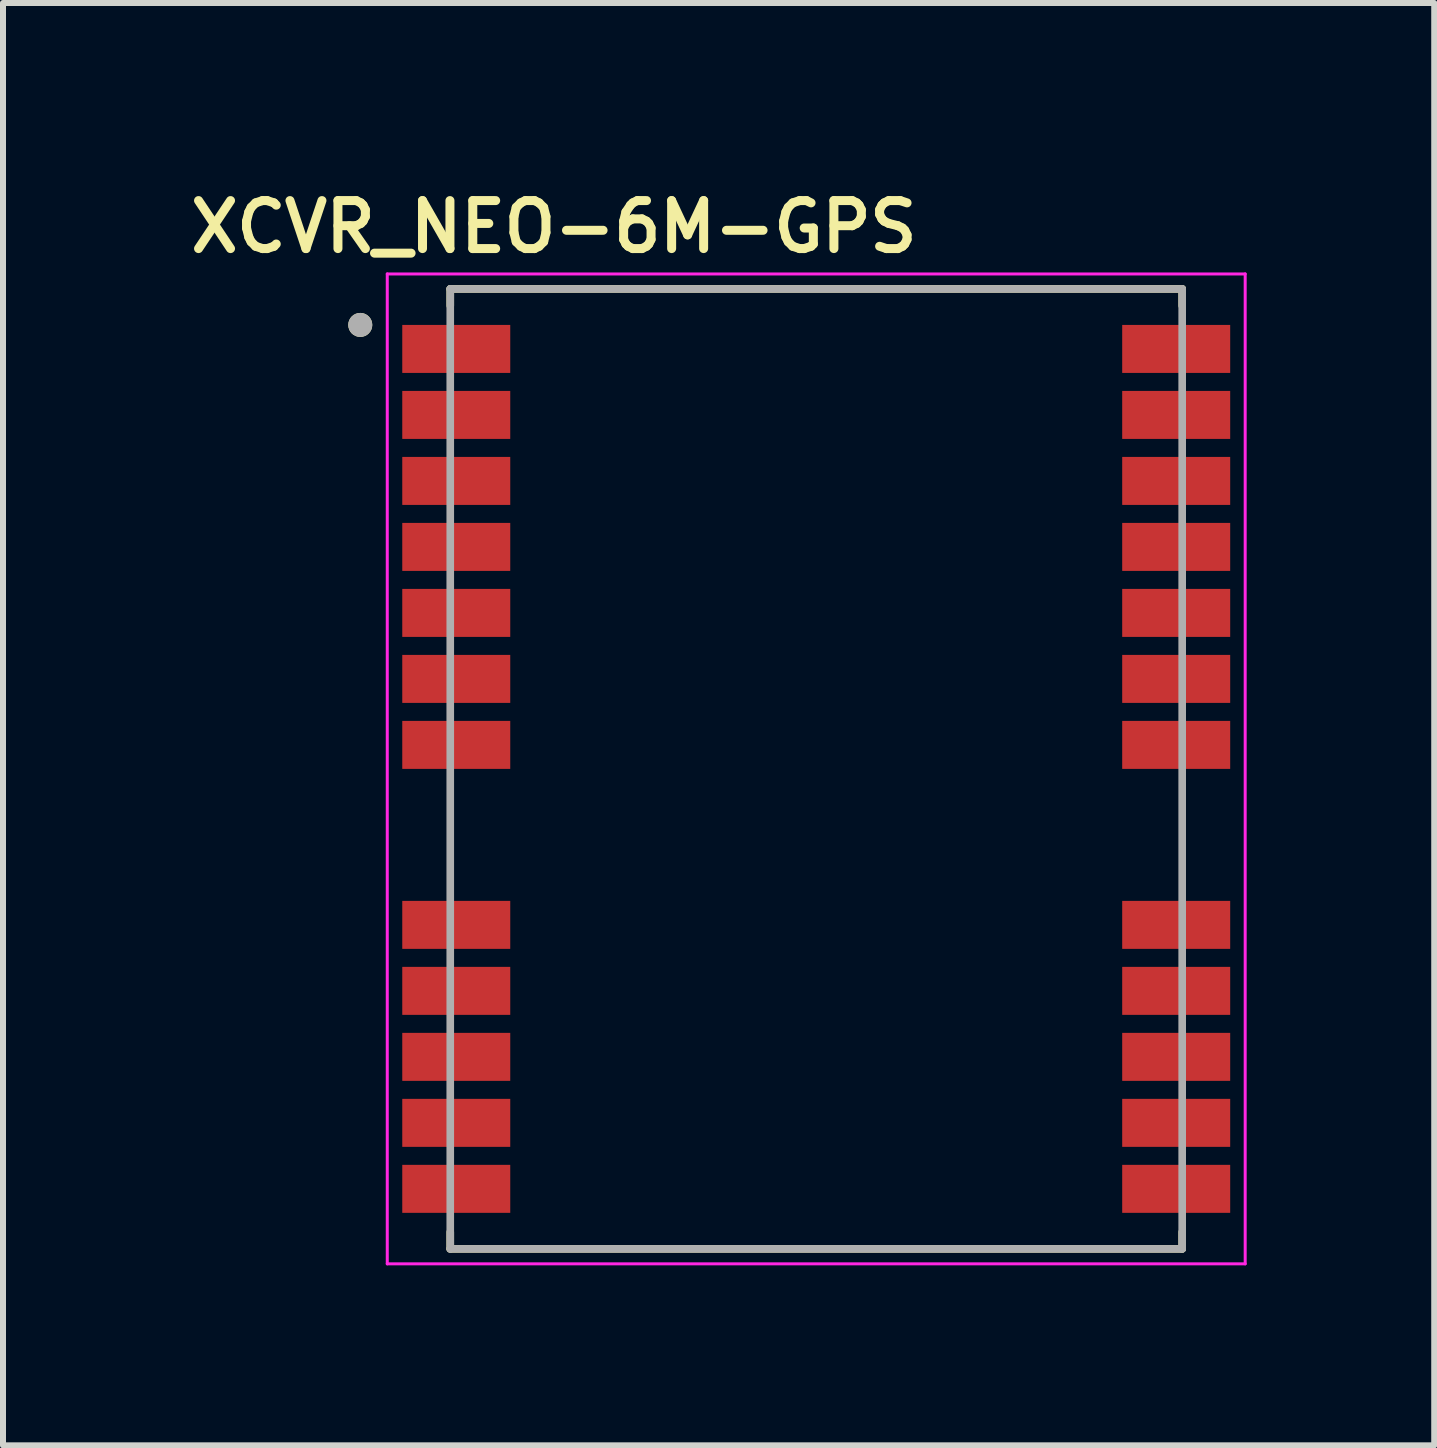
<source format=kicad_pcb>
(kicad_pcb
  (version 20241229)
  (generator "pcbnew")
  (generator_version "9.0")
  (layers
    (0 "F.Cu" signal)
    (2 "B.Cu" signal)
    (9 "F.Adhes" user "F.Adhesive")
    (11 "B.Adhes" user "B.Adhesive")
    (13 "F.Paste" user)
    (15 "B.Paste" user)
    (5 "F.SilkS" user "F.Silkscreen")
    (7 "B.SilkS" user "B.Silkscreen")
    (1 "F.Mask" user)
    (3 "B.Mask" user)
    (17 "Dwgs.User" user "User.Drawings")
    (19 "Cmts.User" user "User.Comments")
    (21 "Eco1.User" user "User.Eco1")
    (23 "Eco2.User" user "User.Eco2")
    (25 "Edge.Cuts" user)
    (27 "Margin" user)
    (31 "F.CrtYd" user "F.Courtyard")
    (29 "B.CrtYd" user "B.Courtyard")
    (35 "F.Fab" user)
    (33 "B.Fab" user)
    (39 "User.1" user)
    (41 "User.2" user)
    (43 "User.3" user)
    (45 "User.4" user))
  (footprint "XCVR_NEO-6M-GPS"
    (layer "F.Cu")
    (at 10.555 9.766)
    (property "Reference" "XCVR_NEO-6M-GPS" (at -4.372 -9.035 0) (layer "F.SilkS") (effects (font (size 0.8 0.8) (thickness 0.15))))
    (attr smd)
    (fp_line (start -6.1 -8) (end 6.1 -8) (stroke (width 0.127) (type solid)) (layer "F.SilkS"))
    (fp_line (start -6.1 -7.72) (end -6.1 -8) (stroke (width 0.127) (type solid)) (layer "F.SilkS"))
    (fp_line (start -6.1 7.72) (end -6.1 8) (stroke (width 0.127) (type solid)) (layer "F.SilkS"))
    (fp_line (start -6.1 8) (end 6.1 8) (stroke (width 0.127) (type solid)) (layer "F.SilkS"))
    (fp_line (start 6.1 -8) (end 6.1 -7.72) (stroke (width 0.127) (type solid)) (layer "F.SilkS"))
    (fp_line (start 6.1 8) (end 6.1 7.72) (stroke (width 0.127) (type solid)) (layer "F.SilkS"))
    (fp_circle (center -7.6 -7.4) (end -7.5 -7.4) (stroke (width 0.2) (type solid)) (fill no) (layer "F.SilkS"))
    (fp_poly (pts (xy -7.3 -6.6) (xy -6.1 -6.6) (xy -6.1 -6.7) (xy -5.2 -6.7) (xy -5.2 -7.3) (xy -6.1 -7.3) (xy -6.1 -7.4) (xy -7.3 -7.4)) (stroke (width 0.0001) (type solid)) (fill yes) (layer "F.Paste"))
    (fp_poly (pts (xy -7.3 -5.5) (xy -6.1 -5.5) (xy -6.1 -5.6) (xy -5.2 -5.6) (xy -5.2 -6.2) (xy -6.1 -6.2) (xy -6.1 -6.3) (xy -7.3 -6.3)) (stroke (width 0.0001) (type solid)) (fill yes) (layer "F.Paste"))
    (fp_poly (pts (xy -7.3 -4.4) (xy -6.1 -4.4) (xy -6.1 -4.5) (xy -5.2 -4.5) (xy -5.2 -5.1) (xy -6.1 -5.1) (xy -6.1 -5.2) (xy -7.3 -5.2)) (stroke (width 0.0001) (type solid)) (fill yes) (layer "F.Paste"))
    (fp_poly (pts (xy -7.3 -3.3) (xy -6.1 -3.3) (xy -6.1 -3.4) (xy -5.2 -3.4) (xy -5.2 -4) (xy -6.1 -4) (xy -6.1 -4.1) (xy -7.3 -4.1)) (stroke (width 0.0001) (type solid)) (fill yes) (layer "F.Paste"))
    (fp_poly (pts (xy -7.3 -2.2) (xy -6.1 -2.2) (xy -6.1 -2.3) (xy -5.2 -2.3) (xy -5.2 -2.9) (xy -6.1 -2.9) (xy -6.1 -3) (xy -7.3 -3)) (stroke (width 0.0001) (type solid)) (fill yes) (layer "F.Paste"))
    (fp_poly (pts (xy -7.3 -1.1) (xy -6.1 -1.1) (xy -6.1 -1.2) (xy -5.2 -1.2) (xy -5.2 -1.8) (xy -6.1 -1.8) (xy -6.1 -1.9) (xy -7.3 -1.9)) (stroke (width 0.0001) (type solid)) (fill yes) (layer "F.Paste"))
    (fp_poly (pts (xy -7.3 0) (xy -6.1 0) (xy -6.1 -0.1) (xy -5.2 -0.1) (xy -5.2 -0.7) (xy -6.1 -0.7) (xy -6.1 -0.8) (xy -7.3 -0.8)) (stroke (width 0.0001) (type solid)) (fill yes) (layer "F.Paste"))
    (fp_poly (pts (xy -7.3 2.2) (xy -6.1 2.2) (xy -6.1 2.3) (xy -5.2 2.3) (xy -5.2 2.9) (xy -6.1 2.9) (xy -6.1 3) (xy -7.3 3)) (stroke (width 0.0001) (type solid)) (fill yes) (layer "F.Paste"))
    (fp_poly (pts (xy -7.3 3.3) (xy -6.1 3.3) (xy -6.1 3.4) (xy -5.2 3.4) (xy -5.2 4) (xy -6.1 4) (xy -6.1 4.1) (xy -7.3 4.1)) (stroke (width 0.0001) (type solid)) (fill yes) (layer "F.Paste"))
    (fp_poly (pts (xy -7.3 4.4) (xy -6.1 4.4) (xy -6.1 4.5) (xy -5.2 4.5) (xy -5.2 5.1) (xy -6.1 5.1) (xy -6.1 5.2) (xy -7.3 5.2)) (stroke (width 0.0001) (type solid)) (fill yes) (layer "F.Paste"))
    (fp_poly (pts (xy -7.3 5.5) (xy -6.1 5.5) (xy -6.1 5.6) (xy -5.2 5.6) (xy -5.2 6.2) (xy -6.1 6.2) (xy -6.1 6.3) (xy -7.3 6.3)) (stroke (width 0.0001) (type solid)) (fill yes) (layer "F.Paste"))
    (fp_poly (pts (xy -7.3 6.6) (xy -6.1 6.6) (xy -6.1 6.7) (xy -5.2 6.7) (xy -5.2 7.3) (xy -6.1 7.3) (xy -6.1 7.4) (xy -7.3 7.4)) (stroke (width 0.0001) (type solid)) (fill yes) (layer "F.Paste"))
    (fp_poly (pts (xy 7.3 -6.6) (xy 6.1 -6.6) (xy 6.1 -6.7) (xy 5.2 -6.7) (xy 5.2 -7.3) (xy 6.1 -7.3) (xy 6.1 -7.4) (xy 7.3 -7.4)) (stroke (width 0.0001) (type solid)) (fill yes) (layer "F.Paste"))
    (fp_poly (pts (xy 7.3 -5.5) (xy 6.1 -5.5) (xy 6.1 -5.6) (xy 5.2 -5.6) (xy 5.2 -6.2) (xy 6.1 -6.2) (xy 6.1 -6.3) (xy 7.3 -6.3)) (stroke (width 0.0001) (type solid)) (fill yes) (layer "F.Paste"))
    (fp_poly (pts (xy 7.3 -4.4) (xy 6.1 -4.4) (xy 6.1 -4.5) (xy 5.2 -4.5) (xy 5.2 -5.1) (xy 6.1 -5.1) (xy 6.1 -5.2) (xy 7.3 -5.2)) (stroke (width 0.0001) (type solid)) (fill yes) (layer "F.Paste"))
    (fp_poly (pts (xy 7.3 -3.3) (xy 6.1 -3.3) (xy 6.1 -3.4) (xy 5.2 -3.4) (xy 5.2 -4) (xy 6.1 -4) (xy 6.1 -4.1) (xy 7.3 -4.1)) (stroke (width 0.0001) (type solid)) (fill yes) (layer "F.Paste"))
    (fp_poly (pts (xy 7.3 -2.2) (xy 6.1 -2.2) (xy 6.1 -2.3) (xy 5.2 -2.3) (xy 5.2 -2.9) (xy 6.1 -2.9) (xy 6.1 -3) (xy 7.3 -3)) (stroke (width 0.0001) (type solid)) (fill yes) (layer "F.Paste"))
    (fp_poly (pts (xy 7.3 -1.1) (xy 6.1 -1.1) (xy 6.1 -1.2) (xy 5.2 -1.2) (xy 5.2 -1.8) (xy 6.1 -1.8) (xy 6.1 -1.9) (xy 7.3 -1.9)) (stroke (width 0.0001) (type solid)) (fill yes) (layer "F.Paste"))
    (fp_poly (pts (xy 7.3 0) (xy 6.1 0) (xy 6.1 -0.1) (xy 5.2 -0.1) (xy 5.2 -0.7) (xy 6.1 -0.7) (xy 6.1 -0.8) (xy 7.3 -0.8)) (stroke (width 0.0001) (type solid)) (fill yes) (layer "F.Paste"))
    (fp_poly (pts (xy 7.3 2.2) (xy 6.1 2.2) (xy 6.1 2.3) (xy 5.2 2.3) (xy 5.2 2.9) (xy 6.1 2.9) (xy 6.1 3) (xy 7.3 3)) (stroke (width 0.0001) (type solid)) (fill yes) (layer "F.Paste"))
    (fp_poly (pts (xy 7.3 3.3) (xy 6.1 3.3) (xy 6.1 3.4) (xy 5.2 3.4) (xy 5.2 4) (xy 6.1 4) (xy 6.1 4.1) (xy 7.3 4.1)) (stroke (width 0.0001) (type solid)) (fill yes) (layer "F.Paste"))
    (fp_poly (pts (xy 7.3 4.4) (xy 6.1 4.4) (xy 6.1 4.5) (xy 5.2 4.5) (xy 5.2 5.1) (xy 6.1 5.1) (xy 6.1 5.2) (xy 7.3 5.2)) (stroke (width 0.0001) (type solid)) (fill yes) (layer "F.Paste"))
    (fp_poly (pts (xy 7.3 5.5) (xy 6.1 5.5) (xy 6.1 5.6) (xy 5.2 5.6) (xy 5.2 6.2) (xy 6.1 6.2) (xy 6.1 6.3) (xy 7.3 6.3)) (stroke (width 0.0001) (type solid)) (fill yes) (layer "F.Paste"))
    (fp_poly (pts (xy 7.3 6.6) (xy 6.1 6.6) (xy 6.1 6.7) (xy 5.2 6.7) (xy 5.2 7.3) (xy 6.1 7.3) (xy 6.1 7.4) (xy 7.3 7.4)) (stroke (width 0.0001) (type solid)) (fill yes) (layer "F.Paste"))
    (fp_line (start -7.15 -8.25) (end 7.15 -8.25) (stroke (width 0.05) (type solid)) (layer "F.CrtYd"))
    (fp_line (start -7.15 8.25) (end -7.15 -8.25) (stroke (width 0.05) (type solid)) (layer "F.CrtYd"))
    (fp_line (start 7.15 -8.25) (end 7.15 8.25) (stroke (width 0.05) (type solid)) (layer "F.CrtYd"))
    (fp_line (start 7.15 8.25) (end -7.15 8.25) (stroke (width 0.05) (type solid)) (layer "F.CrtYd"))
    (fp_line (start -6.1 -8) (end 6.1 -8) (stroke (width 0.127) (type solid)) (layer "F.Fab"))
    (fp_line (start -6.1 8) (end -6.1 -8) (stroke (width 0.127) (type solid)) (layer "F.Fab"))
    (fp_line (start 6.1 -8) (end 6.1 8) (stroke (width 0.127) (type solid)) (layer "F.Fab"))
    (fp_line (start 6.1 8) (end -6.1 8) (stroke (width 0.127) (type solid)) (layer "F.Fab"))
    (fp_circle (center -7.6 -7.4) (end -7.5 -7.4) (stroke (width 0.2) (type solid)) (fill no) (layer "F.Fab"))
    (pad "1" smd rect (at -6 -7) (size 1.8 0.8) (layers "F.Cu" "F.Mask"))
    (pad "2" smd rect (at -6 -5.9) (size 1.8 0.8) (layers "F.Cu" "F.Mask"))
    (pad "3" smd rect (at -6 -4.8) (size 1.8 0.8) (layers "F.Cu" "F.Mask"))
    (pad "4" smd rect (at -6 -3.7) (size 1.8 0.8) (layers "F.Cu" "F.Mask"))
    (pad "5" smd rect (at -6 -2.6) (size 1.8 0.8) (layers "F.Cu" "F.Mask"))
    (pad "6" smd rect (at -6 -1.5) (size 1.8 0.8) (layers "F.Cu" "F.Mask"))
    (pad "7" smd rect (at -6 -0.4) (size 1.8 0.8) (layers "F.Cu" "F.Mask"))
    (pad "8" smd rect (at -6 2.6) (size 1.8 0.8) (layers "F.Cu" "F.Mask"))
    (pad "9" smd rect (at -6 3.7) (size 1.8 0.8) (layers "F.Cu" "F.Mask"))
    (pad "10" smd rect (at -6 4.8) (size 1.8 0.8) (layers "F.Cu" "F.Mask"))
    (pad "11" smd rect (at -6 5.9) (size 1.8 0.8) (layers "F.Cu" "F.Mask"))
    (pad "12" smd rect (at -6 7) (size 1.8 0.8) (layers "F.Cu" "F.Mask"))
    (pad "13" smd rect (at 6 7) (size 1.8 0.8) (layers "F.Cu" "F.Mask"))
    (pad "14" smd rect (at 6 5.9) (size 1.8 0.8) (layers "F.Cu" "F.Mask"))
    (pad "15" smd rect (at 6 4.8) (size 1.8 0.8) (layers "F.Cu" "F.Mask"))
    (pad "16" smd rect (at 6 3.7) (size 1.8 0.8) (layers "F.Cu" "F.Mask"))
    (pad "17" smd rect (at 6 2.6) (size 1.8 0.8) (layers "F.Cu" "F.Mask"))
    (pad "18" smd rect (at 6 -0.4) (size 1.8 0.8) (layers "F.Cu" "F.Mask"))
    (pad "19" smd rect (at 6 -1.5) (size 1.8 0.8) (layers "F.Cu" "F.Mask"))
    (pad "20" smd rect (at 6 -2.6) (size 1.8 0.8) (layers "F.Cu" "F.Mask"))
    (pad "21" smd rect (at 6 -3.7) (size 1.8 0.8) (layers "F.Cu" "F.Mask"))
    (pad "22" smd rect (at 6 -4.8) (size 1.8 0.8) (layers "F.Cu" "F.Mask"))
    (pad "23" smd rect (at 6 -5.9) (size 1.8 0.8) (layers "F.Cu" "F.Mask"))
    (pad "24" smd rect (at 6 -7) (size 1.8 0.8) (layers "F.Cu" "F.Mask")))
  (gr_rect
    (start -3 -3)
    (end 20.856 21.041)
    (stroke (width 0.1) (type default))
    (fill no)
    (layer "Edge.Cuts")))
</source>
